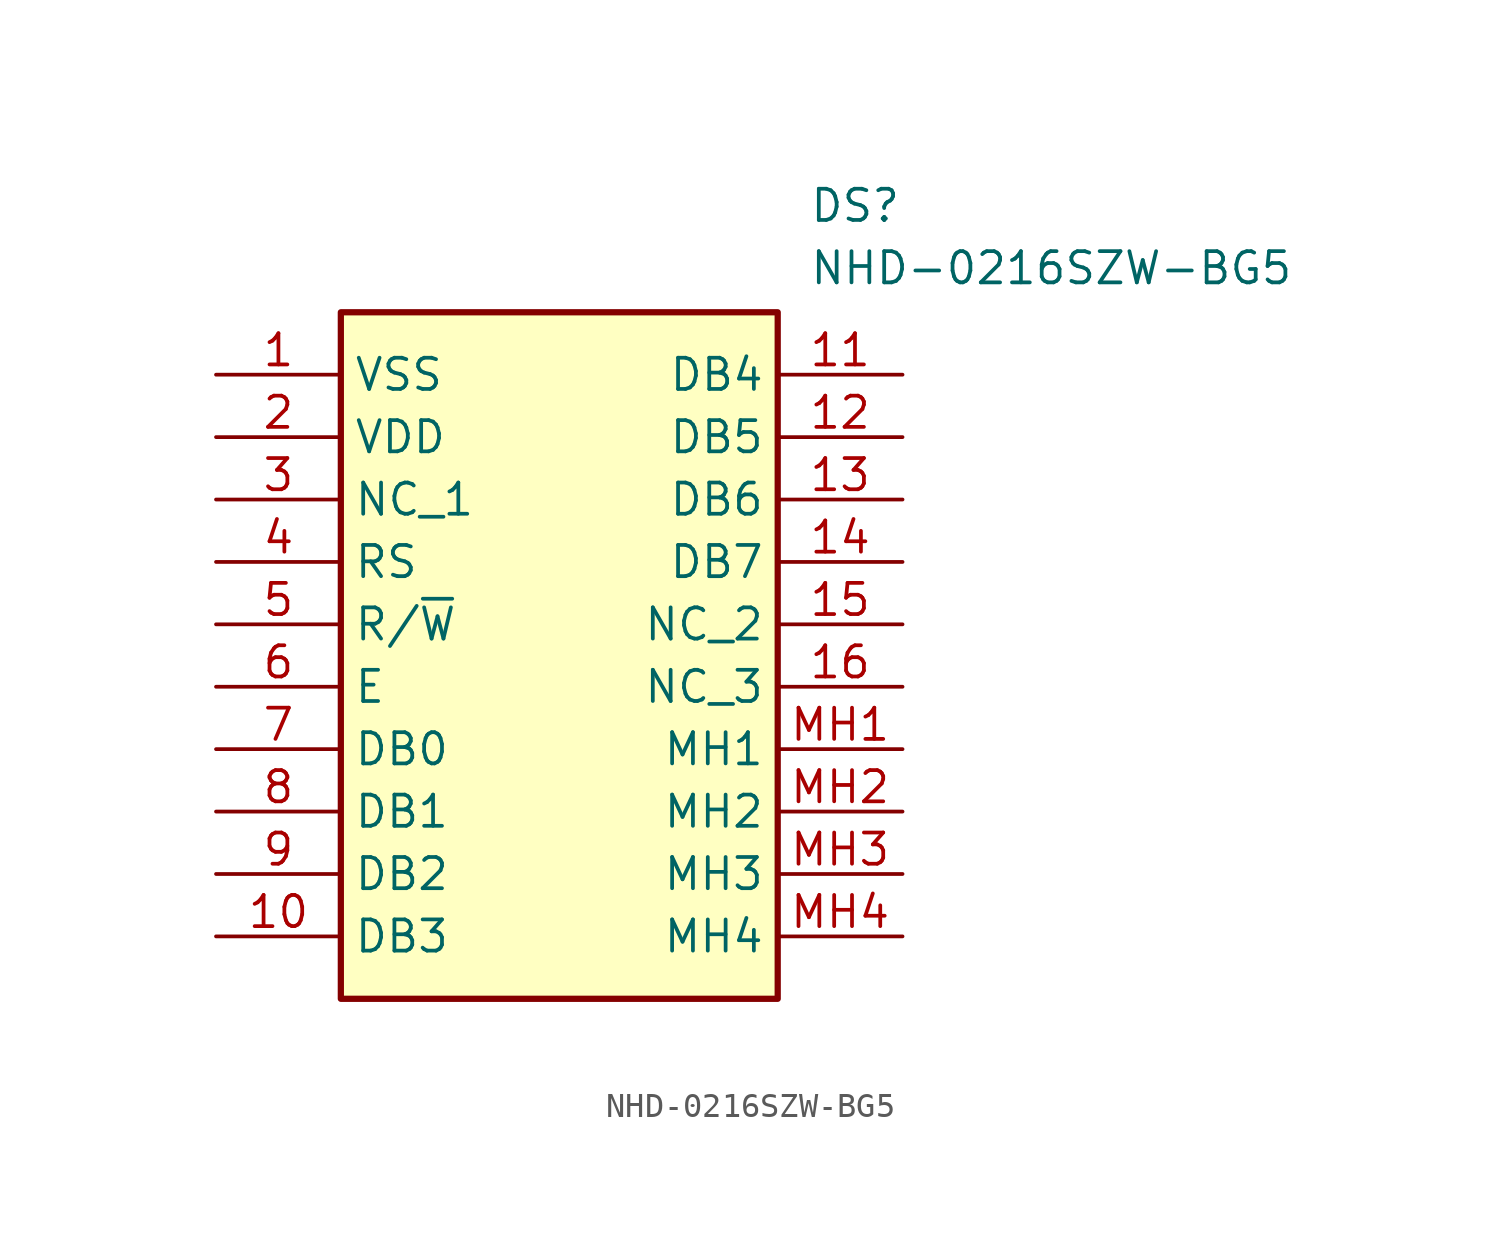
<source format=kicad_sym>
(kicad_symbol_lib
  (version 20211014)
  (generator SamacSys_ECAD_Model)
  (symbol "NHD-0216SZW-BG5"
    (property "Reference" "DS"
      (at 24.13 7.62 0)
      (effects (font (size 1.27 1.27)) (justify left top)))
    (property "Value" "NHD-0216SZW-BG5"
      (at 24.13 5.08 0)
      (effects (font (size 1.27 1.27)) (justify left top)))
    (rectangle
      (start 5.08 2.54)
      (end 22.86 -25.4)
      (stroke (width 0.254) (type default))
      (fill (type background)))
    (pin passive line
      (at 0 0 0)
      (length 5.08)
      (name "VSS" (effects (font (size 1.27 1.27))))
      (number "1" (effects (font (size 1.27 1.27)))))
    (pin passive line
      (at 0 -2.54 0)
      (length 5.08)
      (name "VDD" (effects (font (size 1.27 1.27))))
      (number "2" (effects (font (size 1.27 1.27)))))
    (pin passive line
      (at 0 -5.08 0)
      (length 5.08)
      (name "NC_1" (effects (font (size 1.27 1.27))))
      (number "3" (effects (font (size 1.27 1.27)))))
    (pin passive line
      (at 0 -7.62 0)
      (length 5.08)
      (name "RS" (effects (font (size 1.27 1.27))))
      (number "4" (effects (font (size 1.27 1.27)))))
    (pin passive line
      (at 0 -10.16 0)
      (length 5.08)
      (name "R/~{W}" (effects (font (size 1.27 1.27))))
      (number "5" (effects (font (size 1.27 1.27)))))
    (pin passive line
      (at 0 -12.7 0)
      (length 5.08)
      (name "E" (effects (font (size 1.27 1.27))))
      (number "6" (effects (font (size 1.27 1.27)))))
    (pin passive line
      (at 0 -15.24 0)
      (length 5.08)
      (name "DB0" (effects (font (size 1.27 1.27))))
      (number "7" (effects (font (size 1.27 1.27)))))
    (pin passive line
      (at 0 -17.78 0)
      (length 5.08)
      (name "DB1" (effects (font (size 1.27 1.27))))
      (number "8" (effects (font (size 1.27 1.27)))))
    (pin passive line
      (at 0 -20.32 0)
      (length 5.08)
      (name "DB2" (effects (font (size 1.27 1.27))))
      (number "9" (effects (font (size 1.27 1.27)))))
    (pin passive line
      (at 0 -22.86 0)
      (length 5.08)
      (name "DB3" (effects (font (size 1.27 1.27))))
      (number "10" (effects (font (size 1.27 1.27)))))
    (pin passive line
      (at 27.94 0 180)
      (length 5.08)
      (name "DB4" (effects (font (size 1.27 1.27))))
      (number "11" (effects (font (size 1.27 1.27)))))
    (pin passive line
      (at 27.94 -2.54 180)
      (length 5.08)
      (name "DB5" (effects (font (size 1.27 1.27))))
      (number "12" (effects (font (size 1.27 1.27)))))
    (pin passive line
      (at 27.94 -5.08 180)
      (length 5.08)
      (name "DB6" (effects (font (size 1.27 1.27))))
      (number "13" (effects (font (size 1.27 1.27)))))
    (pin passive line
      (at 27.94 -7.62 180)
      (length 5.08)
      (name "DB7" (effects (font (size 1.27 1.27))))
      (number "14" (effects (font (size 1.27 1.27)))))
    (pin passive line
      (at 27.94 -10.16 180)
      (length 5.08)
      (name "NC_2" (effects (font (size 1.27 1.27))))
      (number "15" (effects (font (size 1.27 1.27)))))
    (pin passive line
      (at 27.94 -12.7 180)
      (length 5.08)
      (name "NC_3" (effects (font (size 1.27 1.27))))
      (number "16" (effects (font (size 1.27 1.27)))))
    (pin passive line
      (at 27.94 -15.24 180)
      (length 5.08)
      (name "MH1" (effects (font (size 1.27 1.27))))
      (number "MH1" (effects (font (size 1.27 1.27)))))
    (pin passive line
      (at 27.94 -17.78 180)
      (length 5.08)
      (name "MH2" (effects (font (size 1.27 1.27))))
      (number "MH2" (effects (font (size 1.27 1.27)))))
    (pin passive line
      (at 27.94 -20.32 180)
      (length 5.08)
      (name "MH3" (effects (font (size 1.27 1.27))))
      (number "MH3" (effects (font (size 1.27 1.27)))))
    (pin passive line
      (at 27.94 -22.86 180)
      (length 5.08)
      (name "MH4" (effects (font (size 1.27 1.27))))
      (number "MH4" (effects (font (size 1.27 1.27)))))))
</source>
